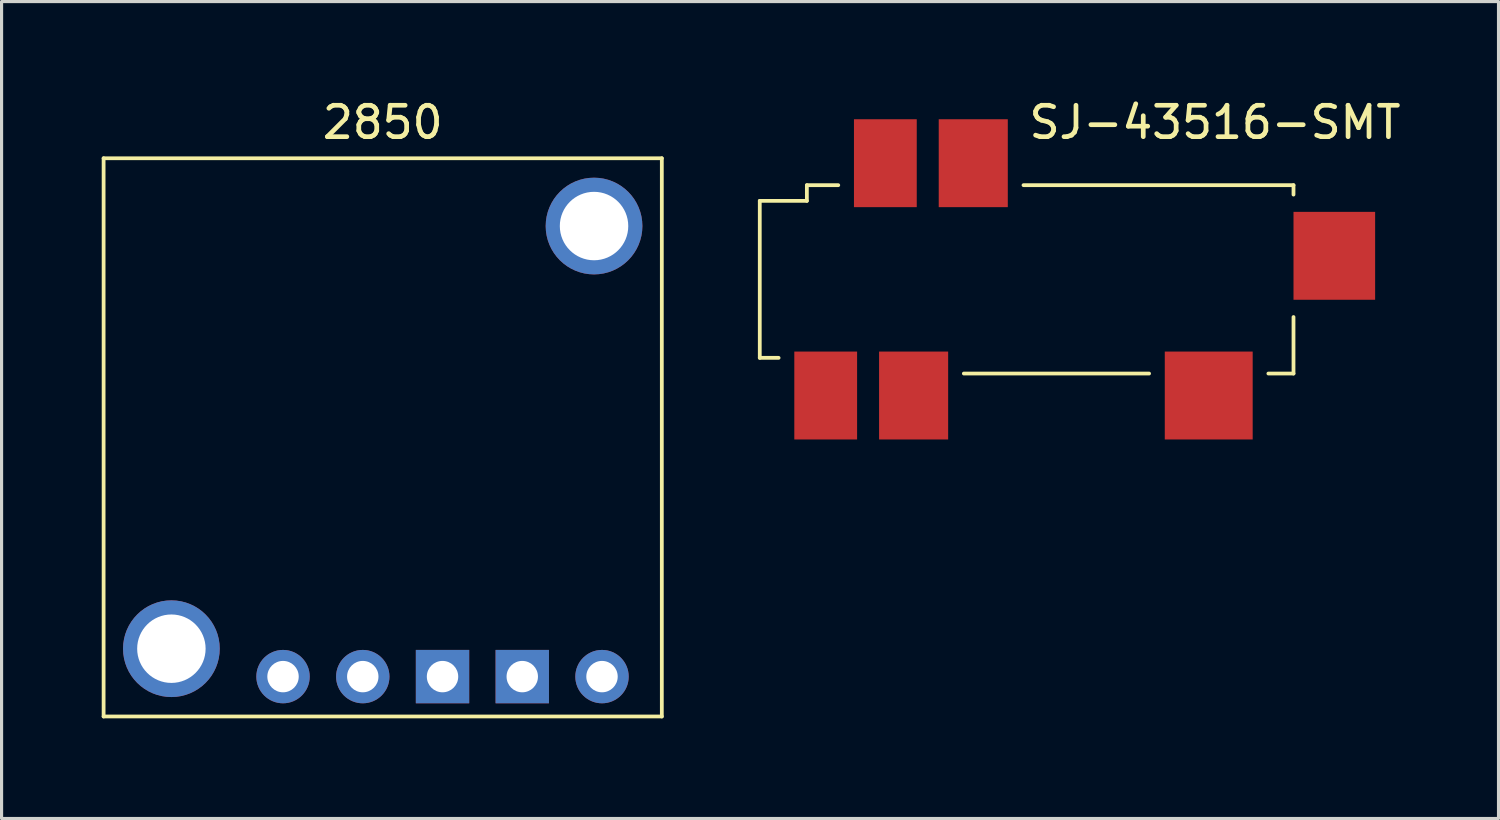
<source format=kicad_pcb>
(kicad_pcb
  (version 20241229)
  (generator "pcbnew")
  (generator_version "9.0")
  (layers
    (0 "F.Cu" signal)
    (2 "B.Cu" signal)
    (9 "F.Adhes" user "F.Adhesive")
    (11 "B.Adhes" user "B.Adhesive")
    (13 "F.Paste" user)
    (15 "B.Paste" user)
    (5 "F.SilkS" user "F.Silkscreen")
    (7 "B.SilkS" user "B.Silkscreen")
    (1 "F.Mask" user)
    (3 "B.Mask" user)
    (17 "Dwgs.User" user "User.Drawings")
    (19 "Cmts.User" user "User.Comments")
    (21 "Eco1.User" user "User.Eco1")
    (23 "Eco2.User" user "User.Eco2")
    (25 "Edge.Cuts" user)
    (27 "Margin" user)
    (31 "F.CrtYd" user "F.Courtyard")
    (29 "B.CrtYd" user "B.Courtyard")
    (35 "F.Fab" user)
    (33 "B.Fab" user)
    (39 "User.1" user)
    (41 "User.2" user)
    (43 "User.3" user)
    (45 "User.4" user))
  (footprint "SJ-43516-SMT"
    (layer "F.Cu")
    (at 22.65 5.848)
    (property "Reference" "SJ-43516-SMT" (at 13 -5 0) (layer "F.SilkS") (effects (font (size 1 1) (thickness 0.15))))
    (attr through_hole)
    (fp_line (start -1.5 -2.5) (end -1.5 2.5) (stroke (width 0.12) (type solid)) (layer "F.SilkS"))
    (fp_line (start -1.5 2.5) (end -0.9 2.5) (stroke (width 0.12) (type solid)) (layer "F.SilkS"))
    (fp_line (start 0 -3) (end 0 -2.5) (stroke (width 0.12) (type solid)) (layer "F.SilkS"))
    (fp_line (start 0 -2.5) (end -1.5 -2.5) (stroke (width 0.12) (type solid)) (layer "F.SilkS"))
    (fp_line (start 1 -3) (end 0 -3) (stroke (width 0.12) (type solid)) (layer "F.SilkS"))
    (fp_line (start 6.9 -3) (end 15.5 -3) (stroke (width 0.12) (type solid)) (layer "F.SilkS"))
    (fp_line (start 10.9 3) (end 5 3) (stroke (width 0.12) (type solid)) (layer "F.SilkS"))
    (fp_line (start 15.5 -3) (end 15.5 -2.7) (stroke (width 0.12) (type solid)) (layer "F.SilkS"))
    (fp_line (start 15.5 1.2) (end 15.5 3) (stroke (width 0.12) (type solid)) (layer "F.SilkS"))
    (fp_line (start 15.5 3) (end 14.7 3) (stroke (width 0.12) (type solid)) (layer "F.SilkS"))
    (pad "R1" smd rect (at 5.3 -3.7) (size 2.2 2.8) (layers "F.Cu" "F.Mask" "F.Paste"))
    (pad "R1N" smd rect (at 2.5 -3.7) (size 2 2.8) (layers "F.Cu" "F.Mask" "F.Paste"))
    (pad "R2" smd rect (at 3.4 3.7) (size 2.2 2.8) (layers "F.Cu" "F.Mask" "F.Paste"))
    (pad "S" smd rect (at 0.6 3.7) (size 2 2.8) (layers "F.Cu" "F.Mask" "F.Paste"))
    (pad "T" smd rect (at 12.8 3.7) (size 2.8 2.8) (layers "F.Cu" "F.Mask" "F.Paste"))
    (pad "TN" smd rect (at 16.8 -0.75) (size 2.6 2.8) (layers "F.Cu" "F.Mask" "F.Paste")))
  (footprint "2850"
    (layer "F.Cu")
    (at 0.25 19.771)
    (property "Reference" "2850" (at 8.89 -18.923 0) (layer "F.SilkS") (effects (font (size 1 1) (thickness 0.15))))
    (attr through_hole)
    (fp_line (start 0 -17.78) (end 17.78 -17.78) (stroke (width 0.12) (type solid)) (layer "F.SilkS"))
    (fp_line (start 0 0) (end 0 -17.78) (stroke (width 0.12) (type solid)) (layer "F.SilkS"))
    (fp_line (start 17.78 -17.78) (end 17.78 0) (stroke (width 0.12) (type solid)) (layer "F.SilkS"))
    (fp_line (start 17.78 0) (end 0 0) (stroke (width 0.12) (type solid)) (layer "F.SilkS"))
    (pad "" thru_hole circle (at 2.159 -2.159) (size 3.08 3.08) (drill 2.18) (layers "*.Cu" "*.Mask"))
    (pad "" thru_hole circle (at 15.621 -15.621) (size 3.08 3.08) (drill 2.18) (layers "*.Cu" "*.Mask"))
    (pad "1" thru_hole circle (at 5.715 -1.27) (size 1.7 1.7) (drill 1) (layers "*.Cu" "*.Mask"))
    (pad "2" thru_hole circle (at 8.255 -1.27) (size 1.7 1.7) (drill 1) (layers "*.Cu" "*.Mask"))
    (pad "3" thru_hole rect (at 10.795 -1.27) (size 1.7 1.7) (drill 1) (layers "*.Cu" "*.Mask"))
    (pad "4" thru_hole rect (at 13.335 -1.27) (size 1.7 1.7) (drill 1) (layers "*.Cu" "*.Mask"))
    (pad "5" thru_hole circle (at 15.875 -1.27) (size 1.7 1.7) (drill 1) (layers "*.Cu" "*.Mask")))
  (gr_rect
    (start -3 -3)
    (end 44.68 23.021)
    (stroke (width 0.1) (type default))
    (fill no)
    (layer "Edge.Cuts")))
</source>
